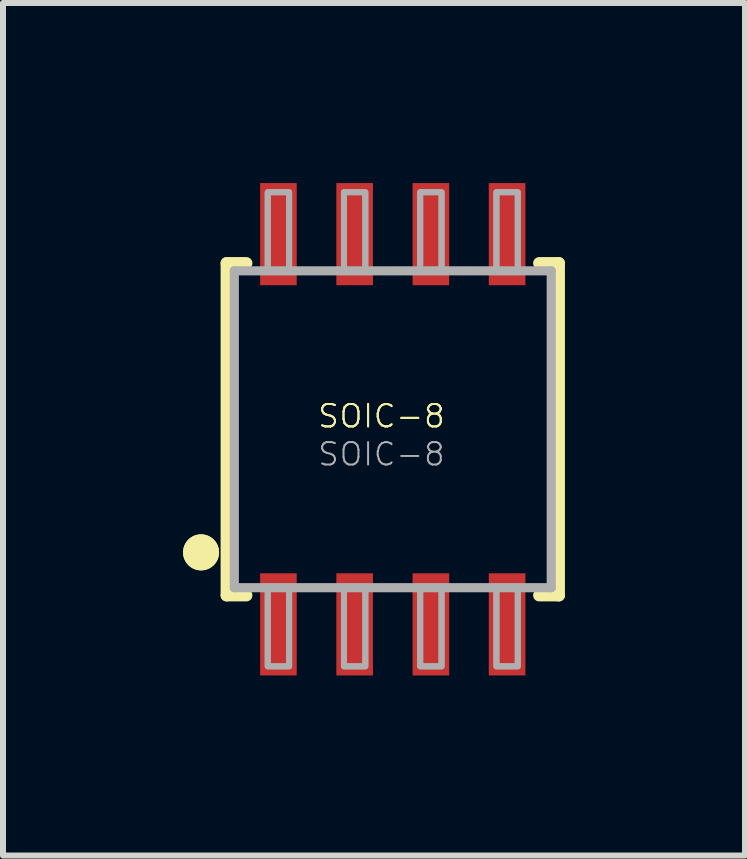
<source format=kicad_pcb>
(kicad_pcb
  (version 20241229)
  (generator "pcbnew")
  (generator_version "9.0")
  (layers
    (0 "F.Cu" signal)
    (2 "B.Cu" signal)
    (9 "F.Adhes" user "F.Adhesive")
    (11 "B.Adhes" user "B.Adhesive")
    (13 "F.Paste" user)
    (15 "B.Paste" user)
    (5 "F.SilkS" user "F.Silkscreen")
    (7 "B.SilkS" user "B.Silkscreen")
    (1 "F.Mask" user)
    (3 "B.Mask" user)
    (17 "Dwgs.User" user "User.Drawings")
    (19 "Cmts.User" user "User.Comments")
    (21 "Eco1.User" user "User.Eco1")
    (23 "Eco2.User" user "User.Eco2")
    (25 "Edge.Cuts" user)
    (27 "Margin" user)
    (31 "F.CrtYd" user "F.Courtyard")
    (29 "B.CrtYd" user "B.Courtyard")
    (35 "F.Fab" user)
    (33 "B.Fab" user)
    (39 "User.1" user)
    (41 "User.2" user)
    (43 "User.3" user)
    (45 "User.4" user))
  (footprint "SOIC-8"
    (layer "F.Cu")
    (at 3.494 4.102)
    (property "Reference" "SOIC-8" (at -1.27 0 0) (layer "F.SilkS") (effects (font (size 0.374 0.374) (thickness 0.033)) (justify left bottom)))
    (property "Value" "SOIC-8" (at -1.27 0.635 0) (layer "F.Fab") (hide yes) (effects (font (size 0.374 0.374) (thickness 0.033)) (justify left bottom)))
    (fp_line (start -2.767 -2.767) (end -2.767 2.767) (stroke (width 0.203) (type solid)) (layer "F.SilkS"))
    (fp_line (start -2.767 2.767) (end -2.44 2.767) (stroke (width 0.203) (type solid)) (layer "F.SilkS"))
    (fp_line (start -2.44 -2.767) (end -2.767 -2.767) (stroke (width 0.203) (type solid)) (layer "F.SilkS"))
    (fp_line (start 2.44 2.767) (end 2.767 2.767) (stroke (width 0.203) (type solid)) (layer "F.SilkS"))
    (fp_line (start 2.767 -2.767) (end 2.44 -2.767) (stroke (width 0.203) (type solid)) (layer "F.SilkS"))
    (fp_line (start 2.767 2.767) (end 2.767 -2.767) (stroke (width 0.203) (type solid)) (layer "F.SilkS"))
    (fp_circle (center -3.194 2.051) (end -3.044 2.051) (stroke (width 0.3) (type solid)) (fill yes) (layer "F.SilkS"))
    (fp_circle (center -3.194 2.051) (end -3.044 2.051) (stroke (width 0.3) (type solid)) (fill yes) (layer "F.SilkS"))
    (fp_line (start -2.64 -2.64) (end -2.64 2.64) (stroke (width 0.152) (type solid)) (layer "F.Fab"))
    (fp_line (start -2.64 2.64) (end 2.64 2.64) (stroke (width 0.152) (type solid)) (layer "F.Fab"))
    (fp_line (start 2.64 -2.64) (end -2.64 -2.64) (stroke (width 0.152) (type solid)) (layer "F.Fab"))
    (fp_line (start 2.64 2.64) (end 2.64 -2.64) (stroke (width 0.152) (type solid)) (layer "F.Fab"))
    (fp_poly (pts (xy -2.083 3.95) (xy -1.727 3.95) (xy -1.727 2.64) (xy -2.083 2.64)) (stroke (width 0.1) (type default)) (fill no) (layer "F.Fab"))
    (fp_poly (pts (xy -2.083 3.95) (xy -1.727 3.95) (xy -1.727 2.64) (xy -2.083 2.64)) (stroke (width 0.1) (type default)) (fill no) (layer "F.Fab"))
    (fp_poly (pts (xy -1.727 -3.95) (xy -2.083 -3.95) (xy -2.083 -2.64) (xy -1.727 -2.64)) (stroke (width 0.1) (type default)) (fill no) (layer "F.Fab"))
    (fp_poly (pts (xy -1.727 -3.95) (xy -2.083 -3.95) (xy -2.083 -2.64) (xy -1.727 -2.64)) (stroke (width 0.1) (type default)) (fill no) (layer "F.Fab"))
    (fp_poly (pts (xy -0.813 3.95) (xy -0.457 3.95) (xy -0.457 2.64) (xy -0.813 2.64)) (stroke (width 0.1) (type default)) (fill no) (layer "F.Fab"))
    (fp_poly (pts (xy -0.813 3.95) (xy -0.457 3.95) (xy -0.457 2.64) (xy -0.813 2.64)) (stroke (width 0.1) (type default)) (fill no) (layer "F.Fab"))
    (fp_poly (pts (xy -0.457 -3.95) (xy -0.813 -3.95) (xy -0.813 -2.64) (xy -0.457 -2.64)) (stroke (width 0.1) (type default)) (fill no) (layer "F.Fab"))
    (fp_poly (pts (xy -0.457 -3.95) (xy -0.813 -3.95) (xy -0.813 -2.64) (xy -0.457 -2.64)) (stroke (width 0.1) (type default)) (fill no) (layer "F.Fab"))
    (fp_poly (pts (xy 0.457 3.95) (xy 0.813 3.95) (xy 0.813 2.64) (xy 0.457 2.64)) (stroke (width 0.1) (type default)) (fill no) (layer "F.Fab"))
    (fp_poly (pts (xy 0.457 3.95) (xy 0.813 3.95) (xy 0.813 2.64) (xy 0.457 2.64)) (stroke (width 0.1) (type default)) (fill no) (layer "F.Fab"))
    (fp_poly (pts (xy 0.813 -3.95) (xy 0.457 -3.95) (xy 0.457 -2.64) (xy 0.813 -2.64)) (stroke (width 0.1) (type default)) (fill no) (layer "F.Fab"))
    (fp_poly (pts (xy 0.813 -3.95) (xy 0.457 -3.95) (xy 0.457 -2.64) (xy 0.813 -2.64)) (stroke (width 0.1) (type default)) (fill no) (layer "F.Fab"))
    (fp_poly (pts (xy 1.727 3.95) (xy 2.083 3.95) (xy 2.083 2.64) (xy 1.727 2.64)) (stroke (width 0.1) (type default)) (fill no) (layer "F.Fab"))
    (fp_poly (pts (xy 1.727 3.95) (xy 2.083 3.95) (xy 2.083 2.64) (xy 1.727 2.64)) (stroke (width 0.1) (type default)) (fill no) (layer "F.Fab"))
    (fp_poly (pts (xy 2.083 -3.95) (xy 1.727 -3.95) (xy 1.727 -2.64) (xy 2.083 -2.64)) (stroke (width 0.1) (type default)) (fill no) (layer "F.Fab"))
    (fp_poly (pts (xy 2.083 -3.95) (xy 1.727 -3.95) (xy 1.727 -2.64) (xy 2.083 -2.64)) (stroke (width 0.1) (type default)) (fill no) (layer "F.Fab"))
    (fp_text user "${REFERENCE}" (at -1.27 0 0) (layer "F.SilkS") (effects (font (size 0.374 0.374) (thickness 0.033)) (justify left bottom)))
    (fp_text user "${VALUE}" (at -1.27 0.635 0) (layer "F.Fab") (effects (font (size 0.374 0.374) (thickness 0.033)) (justify left bottom)))
    (pad "1" smd rect (at -1.905 3.251) (size 0.61 1.702) (layers "F.Cu" "F.Mask" "F.Paste"))
    (pad "2" smd rect (at -0.635 3.251) (size 0.61 1.702) (layers "F.Cu" "F.Mask" "F.Paste"))
    (pad "3" smd rect (at 0.635 3.251) (size 0.61 1.702) (layers "F.Cu" "F.Mask" "F.Paste"))
    (pad "4" smd rect (at 1.905 3.251) (size 0.61 1.702) (layers "F.Cu" "F.Mask" "F.Paste"))
    (pad "5" smd rect (at 1.905 -3.251) (size 0.61 1.702) (layers "F.Cu" "F.Mask" "F.Paste"))
    (pad "6" smd rect (at 0.635 -3.251) (size 0.61 1.702) (layers "F.Cu" "F.Mask" "F.Paste"))
    (pad "7" smd rect (at -0.635 -3.251) (size 0.61 1.702) (layers "F.Cu" "F.Mask" "F.Paste"))
    (pad "8" smd rect (at -1.905 -3.251) (size 0.61 1.702) (layers "F.Cu" "F.Mask" "F.Paste")))
  (gr_rect
    (start -3 -3)
    (end 9.363 11.204)
    (stroke (width 0.1) (type default))
    (fill no)
    (layer "Edge.Cuts")))
</source>
